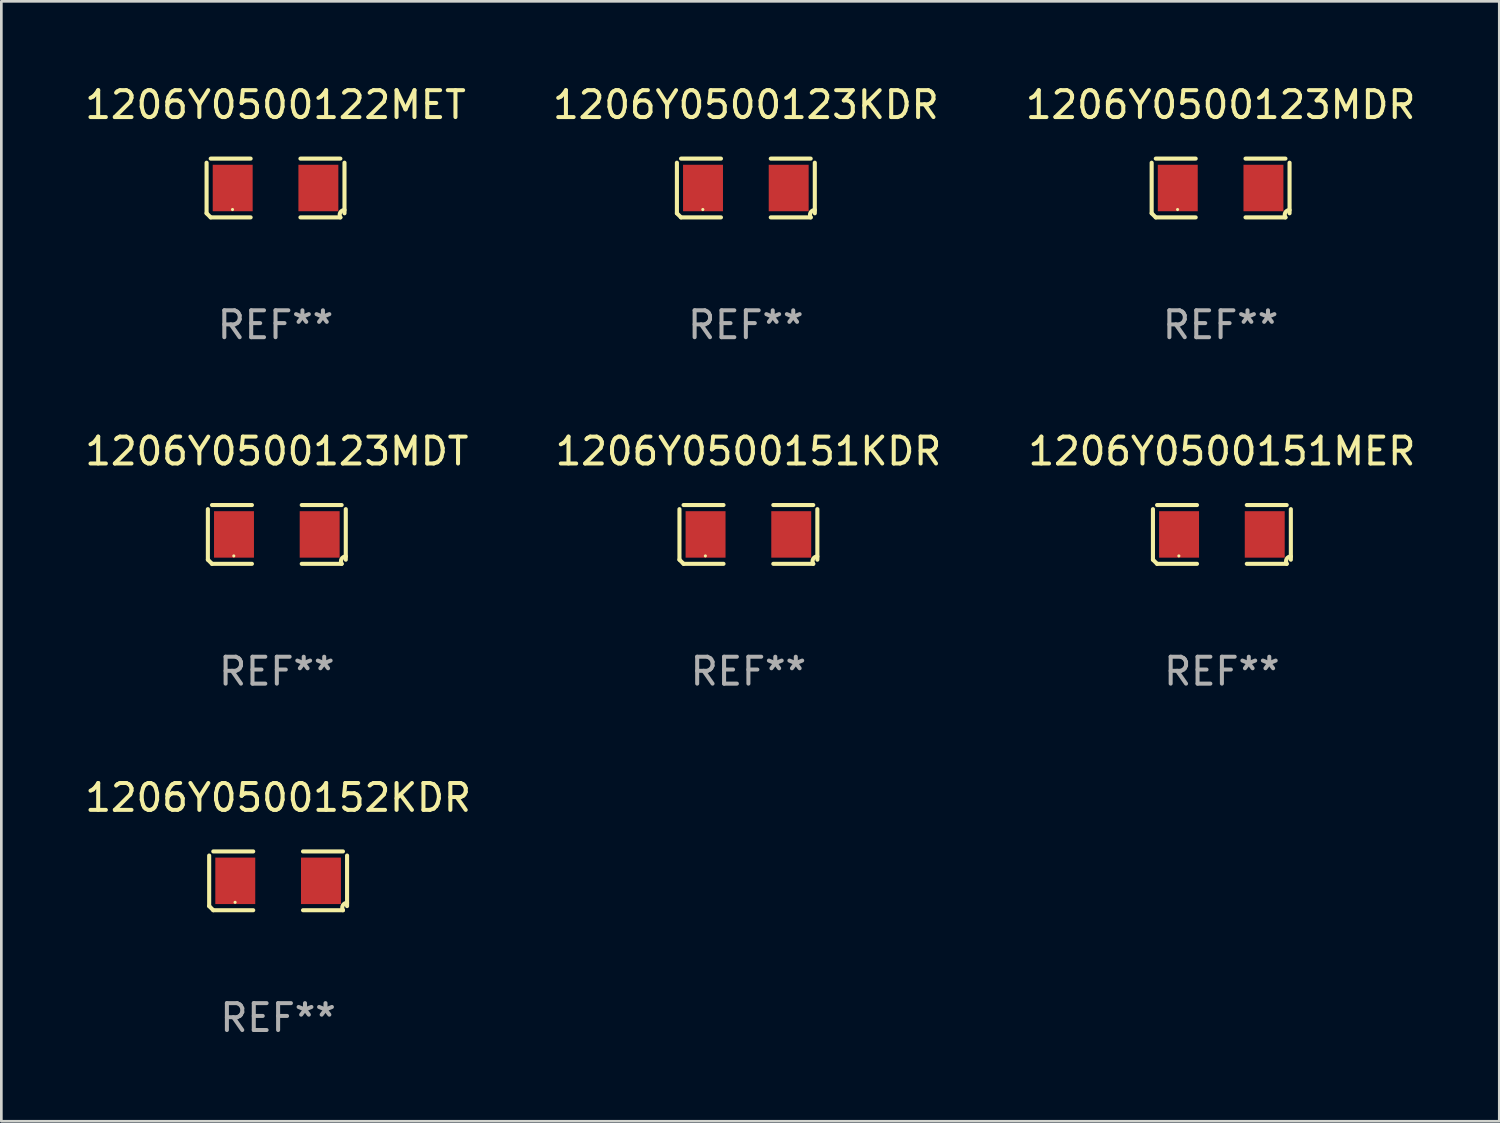
<source format=kicad_pcb>
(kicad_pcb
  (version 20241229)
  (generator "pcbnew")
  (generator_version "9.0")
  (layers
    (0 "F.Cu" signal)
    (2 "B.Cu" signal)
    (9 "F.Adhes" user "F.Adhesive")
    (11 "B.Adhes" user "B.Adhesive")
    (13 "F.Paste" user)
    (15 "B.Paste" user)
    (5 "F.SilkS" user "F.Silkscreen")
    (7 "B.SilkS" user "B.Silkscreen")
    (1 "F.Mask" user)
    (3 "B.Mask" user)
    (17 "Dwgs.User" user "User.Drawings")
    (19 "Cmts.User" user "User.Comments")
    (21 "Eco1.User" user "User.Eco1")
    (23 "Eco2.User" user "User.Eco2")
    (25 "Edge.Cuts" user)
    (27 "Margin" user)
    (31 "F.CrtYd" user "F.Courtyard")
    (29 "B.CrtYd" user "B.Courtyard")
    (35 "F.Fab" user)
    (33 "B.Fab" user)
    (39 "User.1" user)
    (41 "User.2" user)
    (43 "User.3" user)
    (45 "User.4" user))
  (footprint "1206Y0500122MET"
    (layer "F.Cu")
    (at 7.196 3.941)
    (property "Reference" "1206Y0500122MET" (at 0 -3.093 0) (layer "F.SilkS") (effects (font (size 1 1) (thickness 0.15))))
    (attr through_hole)
    (fp_line (start -2.564 0.94) (end -2.564 -0.94) (stroke (width 0.152) (type solid)) (layer "F.SilkS"))
    (fp_line (start -2.411 -1.093) (end -0.926 -1.093) (stroke (width 0.152) (type solid)) (layer "F.SilkS"))
    (fp_line (start -0.926 1.093) (end -2.411 1.093) (stroke (width 0.152) (type solid)) (layer "F.SilkS"))
    (fp_line (start 0.926 1.093) (end 2.411 1.093) (stroke (width 0.152) (type solid)) (layer "F.SilkS"))
    (fp_line (start 2.411 -1.093) (end 0.926 -1.093) (stroke (width 0.152) (type solid)) (layer "F.SilkS"))
    (fp_line (start 2.564 0.94) (end 2.564 -0.94) (stroke (width 0.152) (type solid)) (layer "F.SilkS"))
    (fp_arc (start -2.411201 1.092609) (mid -2.487413 1.01642) (end -2.563602 0.940208) (stroke (width 0.1524) (type solid)) (layer "F.SilkS"))
    (fp_arc (start 2.411201 1.092609) (mid 2.407159 0.911226) (end 2.563602 0.819347) (stroke (width 0.1524) (type solid)) (layer "F.SilkS"))
    (fp_circle (center -1.6 0.8) (end -1.57 0.8) (stroke (width 0.06) (type solid)) (fill no) (layer "F.SilkS"))
    (fp_text user "REF**" (at 0 5.093 0) (layer "F.Fab") (effects (font (size 1 1) (thickness 0.15))))
    (pad "1" smd rect (at -1.593 0) (size 1.485 1.728) (layers "F.Cu" "F.Mask" "F.Paste"))
    (pad "2" smd rect (at 1.593 0) (size 1.485 1.728) (layers "F.Cu" "F.Mask" "F.Paste")))
  (footprint "1206Y0500123MDR"
    (layer "F.Cu")
    (at 42.339 3.941)
    (property "Reference" "1206Y0500123MDR" (at 0 -3.093 0) (layer "F.SilkS") (effects (font (size 1 1) (thickness 0.15))))
    (attr through_hole)
    (fp_line (start -2.564 0.94) (end -2.564 -0.94) (stroke (width 0.152) (type solid)) (layer "F.SilkS"))
    (fp_line (start -2.411 -1.093) (end -0.926 -1.093) (stroke (width 0.152) (type solid)) (layer "F.SilkS"))
    (fp_line (start -0.926 1.093) (end -2.411 1.093) (stroke (width 0.152) (type solid)) (layer "F.SilkS"))
    (fp_line (start 0.926 1.093) (end 2.411 1.093) (stroke (width 0.152) (type solid)) (layer "F.SilkS"))
    (fp_line (start 2.411 -1.093) (end 0.926 -1.093) (stroke (width 0.152) (type solid)) (layer "F.SilkS"))
    (fp_line (start 2.564 0.94) (end 2.564 -0.94) (stroke (width 0.152) (type solid)) (layer "F.SilkS"))
    (fp_arc (start -2.411201 1.092609) (mid -2.487413 1.01642) (end -2.563602 0.940208) (stroke (width 0.1524) (type solid)) (layer "F.SilkS"))
    (fp_arc (start 2.411201 1.092609) (mid 2.407159 0.911226) (end 2.563602 0.819347) (stroke (width 0.1524) (type solid)) (layer "F.SilkS"))
    (fp_circle (center -1.6 0.8) (end -1.57 0.8) (stroke (width 0.06) (type solid)) (fill no) (layer "F.SilkS"))
    (fp_text user "REF**" (at 0 5.093 0) (layer "F.Fab") (effects (font (size 1 1) (thickness 0.15))))
    (pad "1" smd rect (at -1.593 0) (size 1.485 1.728) (layers "F.Cu" "F.Mask" "F.Paste"))
    (pad "2" smd rect (at 1.593 0) (size 1.485 1.728) (layers "F.Cu" "F.Mask" "F.Paste")))
  (footprint "1206Y0500152KDR"
    (layer "F.Cu")
    (at 7.292 29.704)
    (property "Reference" "1206Y0500152KDR" (at 0 -3.093 0) (layer "F.SilkS") (effects (font (size 1 1) (thickness 0.15))))
    (attr through_hole)
    (fp_line (start -2.564 0.94) (end -2.564 -0.94) (stroke (width 0.152) (type solid)) (layer "F.SilkS"))
    (fp_line (start -2.411 -1.093) (end -0.926 -1.093) (stroke (width 0.152) (type solid)) (layer "F.SilkS"))
    (fp_line (start -0.926 1.093) (end -2.411 1.093) (stroke (width 0.152) (type solid)) (layer "F.SilkS"))
    (fp_line (start 0.926 1.093) (end 2.411 1.093) (stroke (width 0.152) (type solid)) (layer "F.SilkS"))
    (fp_line (start 2.411 -1.093) (end 0.926 -1.093) (stroke (width 0.152) (type solid)) (layer "F.SilkS"))
    (fp_line (start 2.564 0.94) (end 2.564 -0.94) (stroke (width 0.152) (type solid)) (layer "F.SilkS"))
    (fp_arc (start -2.411201 1.092609) (mid -2.487413 1.01642) (end -2.563602 0.940208) (stroke (width 0.1524) (type solid)) (layer "F.SilkS"))
    (fp_arc (start 2.411201 1.092609) (mid 2.407159 0.911226) (end 2.563602 0.819347) (stroke (width 0.1524) (type solid)) (layer "F.SilkS"))
    (fp_circle (center -1.6 0.8) (end -1.57 0.8) (stroke (width 0.06) (type solid)) (fill no) (layer "F.SilkS"))
    (fp_text user "REF**" (at 0 5.093 0) (layer "F.Fab") (effects (font (size 1 1) (thickness 0.15))))
    (pad "1" smd rect (at -1.593 0) (size 1.485 1.728) (layers "F.Cu" "F.Mask" "F.Paste"))
    (pad "2" smd rect (at 1.593 0) (size 1.485 1.728) (layers "F.Cu" "F.Mask" "F.Paste")))
  (footprint "1206Y0500123MDT"
    (layer "F.Cu")
    (at 7.244 16.823)
    (property "Reference" "1206Y0500123MDT" (at 0 -3.093 0) (layer "F.SilkS") (effects (font (size 1 1) (thickness 0.15))))
    (attr through_hole)
    (fp_line (start -2.564 0.94) (end -2.564 -0.94) (stroke (width 0.152) (type solid)) (layer "F.SilkS"))
    (fp_line (start -2.411 -1.093) (end -0.926 -1.093) (stroke (width 0.152) (type solid)) (layer "F.SilkS"))
    (fp_line (start -0.926 1.093) (end -2.411 1.093) (stroke (width 0.152) (type solid)) (layer "F.SilkS"))
    (fp_line (start 0.926 1.093) (end 2.411 1.093) (stroke (width 0.152) (type solid)) (layer "F.SilkS"))
    (fp_line (start 2.411 -1.093) (end 0.926 -1.093) (stroke (width 0.152) (type solid)) (layer "F.SilkS"))
    (fp_line (start 2.564 0.94) (end 2.564 -0.94) (stroke (width 0.152) (type solid)) (layer "F.SilkS"))
    (fp_arc (start -2.411201 1.092609) (mid -2.487413 1.01642) (end -2.563602 0.940208) (stroke (width 0.1524) (type solid)) (layer "F.SilkS"))
    (fp_arc (start 2.411201 1.092609) (mid 2.407159 0.911226) (end 2.563602 0.819347) (stroke (width 0.1524) (type solid)) (layer "F.SilkS"))
    (fp_circle (center -1.6 0.8) (end -1.57 0.8) (stroke (width 0.06) (type solid)) (fill no) (layer "F.SilkS"))
    (fp_text user "REF**" (at 0 5.093 0) (layer "F.Fab") (effects (font (size 1 1) (thickness 0.15))))
    (pad "1" smd rect (at -1.593 0) (size 1.485 1.728) (layers "F.Cu" "F.Mask" "F.Paste"))
    (pad "2" smd rect (at 1.593 0) (size 1.485 1.728) (layers "F.Cu" "F.Mask" "F.Paste")))
  (footprint "1206Y0500123KDR"
    (layer "F.Cu")
    (at 24.685 3.941)
    (property "Reference" "1206Y0500123KDR" (at 0 -3.093 0) (layer "F.SilkS") (effects (font (size 1 1) (thickness 0.15))))
    (attr through_hole)
    (fp_line (start -2.564 0.94) (end -2.564 -0.94) (stroke (width 0.152) (type solid)) (layer "F.SilkS"))
    (fp_line (start -2.411 -1.093) (end -0.926 -1.093) (stroke (width 0.152) (type solid)) (layer "F.SilkS"))
    (fp_line (start -0.926 1.093) (end -2.411 1.093) (stroke (width 0.152) (type solid)) (layer "F.SilkS"))
    (fp_line (start 0.926 1.093) (end 2.411 1.093) (stroke (width 0.152) (type solid)) (layer "F.SilkS"))
    (fp_line (start 2.411 -1.093) (end 0.926 -1.093) (stroke (width 0.152) (type solid)) (layer "F.SilkS"))
    (fp_line (start 2.564 0.94) (end 2.564 -0.94) (stroke (width 0.152) (type solid)) (layer "F.SilkS"))
    (fp_arc (start -2.411201 1.092609) (mid -2.487413 1.01642) (end -2.563602 0.940208) (stroke (width 0.1524) (type solid)) (layer "F.SilkS"))
    (fp_arc (start 2.411201 1.092609) (mid 2.407159 0.911226) (end 2.563602 0.819347) (stroke (width 0.1524) (type solid)) (layer "F.SilkS"))
    (fp_circle (center -1.6 0.8) (end -1.57 0.8) (stroke (width 0.06) (type solid)) (fill no) (layer "F.SilkS"))
    (fp_text user "REF**" (at 0 5.093 0) (layer "F.Fab") (effects (font (size 1 1) (thickness 0.15))))
    (pad "1" smd rect (at -1.593 0) (size 1.485 1.728) (layers "F.Cu" "F.Mask" "F.Paste"))
    (pad "2" smd rect (at 1.593 0) (size 1.485 1.728) (layers "F.Cu" "F.Mask" "F.Paste")))
  (footprint "1206Y0500151KDR"
    (layer "F.Cu")
    (at 24.78 16.823)
    (property "Reference" "1206Y0500151KDR" (at 0 -3.093 0) (layer "F.SilkS") (effects (font (size 1 1) (thickness 0.15))))
    (attr through_hole)
    (fp_line (start -2.564 0.94) (end -2.564 -0.94) (stroke (width 0.152) (type solid)) (layer "F.SilkS"))
    (fp_line (start -2.411 -1.093) (end -0.926 -1.093) (stroke (width 0.152) (type solid)) (layer "F.SilkS"))
    (fp_line (start -0.926 1.093) (end -2.411 1.093) (stroke (width 0.152) (type solid)) (layer "F.SilkS"))
    (fp_line (start 0.926 1.093) (end 2.411 1.093) (stroke (width 0.152) (type solid)) (layer "F.SilkS"))
    (fp_line (start 2.411 -1.093) (end 0.926 -1.093) (stroke (width 0.152) (type solid)) (layer "F.SilkS"))
    (fp_line (start 2.564 0.94) (end 2.564 -0.94) (stroke (width 0.152) (type solid)) (layer "F.SilkS"))
    (fp_arc (start -2.411201 1.092609) (mid -2.487413 1.01642) (end -2.563602 0.940208) (stroke (width 0.1524) (type solid)) (layer "F.SilkS"))
    (fp_arc (start 2.411201 1.092609) (mid 2.407159 0.911226) (end 2.563602 0.819347) (stroke (width 0.1524) (type solid)) (layer "F.SilkS"))
    (fp_circle (center -1.6 0.8) (end -1.57 0.8) (stroke (width 0.06) (type solid)) (fill no) (layer "F.SilkS"))
    (fp_text user "REF**" (at 0 5.093 0) (layer "F.Fab") (effects (font (size 1 1) (thickness 0.15))))
    (pad "1" smd rect (at -1.593 0) (size 1.485 1.728) (layers "F.Cu" "F.Mask" "F.Paste"))
    (pad "2" smd rect (at 1.593 0) (size 1.485 1.728) (layers "F.Cu" "F.Mask" "F.Paste")))
  (footprint "1206Y0500151MER"
    (layer "F.Cu")
    (at 42.387 16.823)
    (property "Reference" "1206Y0500151MER" (at 0 -3.093 0) (layer "F.SilkS") (effects (font (size 1 1) (thickness 0.15))))
    (attr through_hole)
    (fp_line (start -2.564 0.94) (end -2.564 -0.94) (stroke (width 0.152) (type solid)) (layer "F.SilkS"))
    (fp_line (start -2.411 -1.093) (end -0.926 -1.093) (stroke (width 0.152) (type solid)) (layer "F.SilkS"))
    (fp_line (start -0.926 1.093) (end -2.411 1.093) (stroke (width 0.152) (type solid)) (layer "F.SilkS"))
    (fp_line (start 0.926 1.093) (end 2.411 1.093) (stroke (width 0.152) (type solid)) (layer "F.SilkS"))
    (fp_line (start 2.411 -1.093) (end 0.926 -1.093) (stroke (width 0.152) (type solid)) (layer "F.SilkS"))
    (fp_line (start 2.564 0.94) (end 2.564 -0.94) (stroke (width 0.152) (type solid)) (layer "F.SilkS"))
    (fp_arc (start -2.411201 1.092609) (mid -2.487413 1.01642) (end -2.563602 0.940208) (stroke (width 0.1524) (type solid)) (layer "F.SilkS"))
    (fp_arc (start 2.411201 1.092609) (mid 2.407159 0.911226) (end 2.563602 0.819347) (stroke (width 0.1524) (type solid)) (layer "F.SilkS"))
    (fp_circle (center -1.6 0.8) (end -1.57 0.8) (stroke (width 0.06) (type solid)) (fill no) (layer "F.SilkS"))
    (fp_text user "REF**" (at 0 5.093 0) (layer "F.Fab") (effects (font (size 1 1) (thickness 0.15))))
    (pad "1" smd rect (at -1.593 0) (size 1.485 1.728) (layers "F.Cu" "F.Mask" "F.Paste"))
    (pad "2" smd rect (at 1.593 0) (size 1.485 1.728) (layers "F.Cu" "F.Mask" "F.Paste")))
  (gr_rect
    (start -3 -3)
    (end 52.702 38.645)
    (stroke (width 0.1) (type default))
    (fill no)
    (layer "Edge.Cuts")))
</source>
